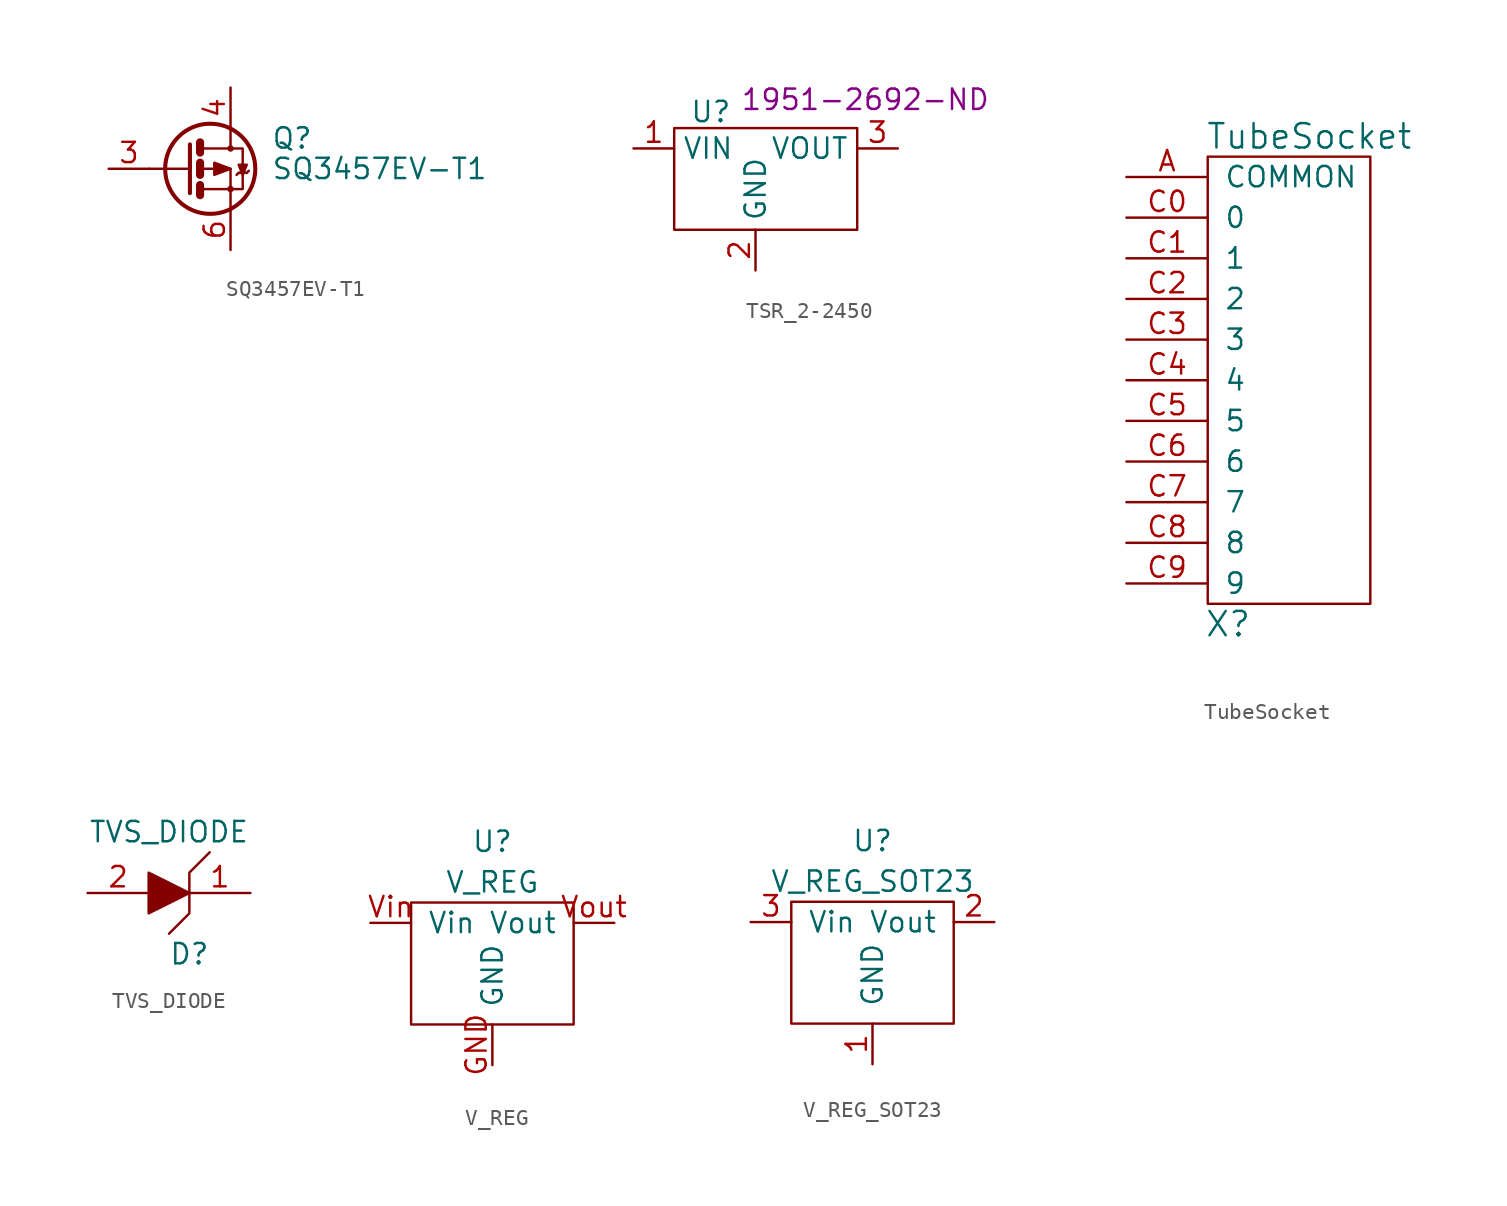
<source format=kicad_sym>
(kicad_symbol_lib
  (version 20231120)
  (generator "kicad_symbol_editor")
  (generator_version "8.0")
  (symbol "SQ3457EV-T1"
    (pin_names
      (offset 0) hide)
    (property "Reference" "Q"
      (at 5.08 1.905 0)
      (effects (font (size 1.27 1.27)) (justify left)))
    (property "Value" "SQ3457EV-T1"
      (at 5.08 0 0)
      (effects (font (size 1.27 1.27)) (justify left)))
    (symbol "SQ3457EV-T1_0_0"
      (pin passive line (at 2.54 -5.08 90) (length 2.54) hide (name "D" (effects (font (size 1.27 1.27)))) (number "2" (effects (font (size 1.27 1.27)))))
      (pin passive line (at 2.54 -5.08 90) (length 2.54) hide (name "D" (effects (font (size 1.27 1.27)))) (number "5" (effects (font (size 1.27 1.27)))))
      (pin passive line (at 2.54 -5.08 90) (length 2.54) (name "D" (effects (font (size 1.27 1.27)))) (number "6" (effects (font (size 1.27 1.27))))))
    (symbol "SQ3457EV-T1_0_1"
      (polyline (pts (xy 0 0) (xy -2.54 0)) (stroke (width 0) (type solid)) (fill (type none)))
      (polyline (pts (xy 0.635 -1.016) (xy 0.635 -1.651)) (stroke (width 0.508) (type solid)) (fill (type none)))
      (polyline (pts (xy 0.635 0.381) (xy 0.635 -0.381)) (stroke (width 0.508) (type solid)) (fill (type none)))
      (polyline (pts (xy 0.635 1.651) (xy 0.635 1.016)) (stroke (width 0.508) (type solid)) (fill (type none)))
      (polyline (pts (xy 0 1.524) (xy 0 -1.524) (xy 0 -1.524)) (stroke (width 0.254) (type solid)) (fill (type none)))
      (polyline (pts (xy 0.762 -1.27) (xy 2.54 -1.27) (xy 2.54 -2.54) (xy 2.54 -2.54)) (stroke (width 0) (type solid)) (fill (type none)))
      (polyline (pts (xy 0.762 1.27) (xy 2.54 1.27) (xy 2.54 2.54) (xy 2.54 2.54)) (stroke (width 0) (type solid)) (fill (type none)))
      (polyline (pts (xy 2.54 0) (xy 1.524 0.381) (xy 1.524 -0.381) (xy 2.54 0)) (stroke (width 0) (type solid)) (fill (type outline)))
      (polyline (pts (xy 2.54 1.27) (xy 3.302 1.27) (xy 3.302 -1.27) (xy 2.54 -1.27)) (stroke (width 0) (type solid)) (fill (type none)))
      (polyline (pts (xy 3.048 0.254) (xy 3.556 0.254) (xy 3.302 -0.381) (xy 3.048 0.254)) (stroke (width 0) (type solid)) (fill (type outline)))
      (polyline (pts (xy 3.683 -0.127) (xy 3.556 -0.254) (xy 3.048 -0.254) (xy 2.921 -0.381)) (stroke (width 0) (type solid)) (fill (type none)))
      (polyline (pts (xy 0.762 0) (xy 1.27 0) (xy 2.54 0) (xy 2.54 -1.27) (xy 2.54 -1.27)) (stroke (width 0) (type solid)) (fill (type none)))
      (circle (center 1.27 0) (radius 2.819) (stroke (width 0.254) (type solid)) (fill (type none)))
      (circle (center 2.54 -1.27) (radius 0.127) (stroke (width 0) (type solid)) (fill (type none)))
      (circle (center 2.54 1.27) (radius 0.127) (stroke (width 0) (type solid)) (fill (type none))))
    (symbol "SQ3457EV-T1_1_1"
      (polyline (pts (xy 3.048 -0.254) (xy 3.556 -0.254)) (stroke (width 0) (type solid)) (fill (type none)))
      (pin passive line (at 2.54 -5.08 90) (length 2.54) hide (name "S" (effects (font (size 1.27 1.27)))) (number "1" (effects (font (size 1.27 1.27)))))
      (pin input line (at -5.08 0 0) (length 2.54) (name "G" (effects (font (size 1.27 1.27)))) (number "3" (effects (font (size 1.27 1.27)))))
      (pin passive line (at 2.54 5.08 270) (length 2.54) (name "D" (effects (font (size 1.27 1.27)))) (number "4" (effects (font (size 1.27 1.27)))))))
  (symbol "TSR_2-2450"
    (property "Reference" "U"
      (at -2.794 3.556 0)
      (effects (font (size 1.27 1.27))))
    (property "Value" ""
      (at 0 0 0)
      (effects (font (size 1.27 1.27))))
    (property "OC_DIGIKEY" "1951-2692-ND"
      (at 6.858 4.318 0)
      (effects (font (size 1.27 1.27))))
    (symbol "TSR_2-2450_0_1"
      (polyline (pts (xy -5.08 2.54) (xy -5.08 -3.81) (xy 6.35 -3.81) (xy 6.35 2.54) (xy -5.08 2.54)) (stroke (width 0) (type default)) (fill (type none))))
    (symbol "TSR_2-2450_1_1"
      (pin power_in line (at -7.62 1.27 0) (length 2.54) (name "VIN" (effects (font (size 1.27 1.27)))) (number "1" (effects (font (size 1.27 1.27)))))
      (pin passive line (at 0 -6.35 90) (length 2.54) (name "GND" (effects (font (size 1.27 1.27)))) (number "2" (effects (font (size 1.27 1.27)))))
      (pin power_out line (at 8.89 1.27 180) (length 2.54) (name "VOUT" (effects (font (size 1.27 1.27)))) (number "3" (effects (font (size 1.27 1.27)))))))
  (symbol "TubeSocket"
    (pin_names
      (offset 1.016))
    (property "Reference" "X"
      (at 1.27 -15.24 0)
      (effects (font (size 1.524 1.524))))
    (property "Value" "TubeSocket"
      (at 6.35 15.24 0)
      (effects (font (size 1.524 1.524))))
    (symbol "TubeSocket_0_1"
      (rectangle (start 0 13.97) (end 10.16 -13.97) (stroke (width 0) (type solid)) (fill (type none))))
    (symbol "TubeSocket_1_1"
      (pin passive line (at -5.08 12.7 0) (length 5.08) (name "COMMON" (effects (font (size 1.27 1.27)))) (number "A" (effects (font (size 1.27 1.27)))))
      (pin passive line (at -5.08 10.16 0) (length 5.08) (name "0" (effects (font (size 1.27 1.27)))) (number "C0" (effects (font (size 1.27 1.27)))))
      (pin passive line (at -5.08 7.62 0) (length 5.08) (name "1" (effects (font (size 1.27 1.27)))) (number "C1" (effects (font (size 1.27 1.27)))))
      (pin passive line (at -5.08 5.08 0) (length 5.08) (name "2" (effects (font (size 1.27 1.27)))) (number "C2" (effects (font (size 1.27 1.27)))))
      (pin passive line (at -5.08 2.54 0) (length 5.08) (name "3" (effects (font (size 1.27 1.27)))) (number "C3" (effects (font (size 1.27 1.27)))))
      (pin passive line (at -5.08 0 0) (length 5.08) (name "4" (effects (font (size 1.27 1.27)))) (number "C4" (effects (font (size 1.27 1.27)))))
      (pin passive line (at -5.08 -2.54 0) (length 5.08) (name "5" (effects (font (size 1.27 1.27)))) (number "C5" (effects (font (size 1.27 1.27)))))
      (pin passive line (at -5.08 -5.08 0) (length 5.08) (name "6" (effects (font (size 1.27 1.27)))) (number "C6" (effects (font (size 1.27 1.27)))))
      (pin passive line (at -5.08 -7.62 0) (length 5.08) (name "7" (effects (font (size 1.27 1.27)))) (number "C7" (effects (font (size 1.27 1.27)))))
      (pin passive line (at -5.08 -10.16 0) (length 5.08) (name "8" (effects (font (size 1.27 1.27)))) (number "C8" (effects (font (size 1.27 1.27)))))
      (pin passive line (at -5.08 -12.7 0) (length 5.08) (name "9" (effects (font (size 1.27 1.27)))) (number "C9" (effects (font (size 1.27 1.27)))))))
  (symbol "TVS_DIODE"
    (pin_names
      (offset 1.016) hide)
    (property "Reference" "D"
      (at 1.27 -3.81 0)
      (effects (font (size 1.27 1.27))))
    (property "Value" "TVS_DIODE"
      (at 0 3.81 0)
      (effects (font (size 1.27 1.27))))
    (symbol "TVS_DIODE_1_1"
      (polyline (pts (xy -1.27 1.27) (xy -1.27 -1.27) (xy 1.27 0) (xy -1.27 1.27)) (stroke (width 0) (type solid)) (fill (type outline)))
      (polyline (pts (xy 2.54 2.54) (xy 1.27 1.27) (xy 1.27 -1.27) (xy 0 -2.54)) (stroke (width 0) (type solid)) (fill (type none)))
      (pin bidirectional line (at 5.08 0 180) (length 3.81) (name "K" (effects (font (size 1.27 1.27)))) (number "1" (effects (font (size 1.27 1.27)))))
      (pin bidirectional line (at -5.08 0 0) (length 3.81) (name "A" (effects (font (size 1.27 1.27)))) (number "2" (effects (font (size 1.27 1.27)))))))
  (symbol "V_REG"
    (pin_names
      (offset 1.016))
    (property "Reference" "U"
      (at 0 6.35 0)
      (effects (font (size 1.27 1.27))))
    (property "Value" "V_REG"
      (at 0 3.81 0)
      (effects (font (size 1.27 1.27))))
    (symbol "V_REG_0_1"
      (rectangle (start 5.08 2.54) (end -5.08 -5.08) (stroke (width 0) (type solid)) (fill (type none))))
    (symbol "V_REG_1_1"
      (pin passive line (at 0 -7.62 90) (length 2.54) (name "GND" (effects (font (size 1.27 1.27)))) (number "GND" (effects (font (size 1.27 1.27)))))
      (pin power_in line (at -7.62 1.27 0) (length 2.54) (name "Vin" (effects (font (size 1.27 1.27)))) (number "Vin" (effects (font (size 1.27 1.27)))))
      (pin power_out line (at 7.62 1.27 180) (length 2.54) (name "Vout" (effects (font (size 1.27 1.27)))) (number "Vout" (effects (font (size 1.27 1.27)))))))
  (symbol "V_REG_SOT23"
    (pin_names
      (offset 1.016))
    (property "Reference" "U"
      (at 0 6.35 0)
      (effects (font (size 1.27 1.27))))
    (property "Value" "V_REG_SOT23"
      (at 0 3.81 0)
      (effects (font (size 1.27 1.27))))
    (symbol "V_REG_SOT23_0_1"
      (rectangle (start 5.08 2.54) (end -5.08 -5.08) (stroke (width 0) (type solid)) (fill (type none))))
    (symbol "V_REG_SOT23_1_1"
      (pin passive line (at 0 -7.62 90) (length 2.54) (name "GND" (effects (font (size 1.27 1.27)))) (number "1" (effects (font (size 1.27 1.27)))))
      (pin power_out line (at 7.62 1.27 180) (length 2.54) (name "Vout" (effects (font (size 1.27 1.27)))) (number "2" (effects (font (size 1.27 1.27)))))
      (pin power_in line (at -7.62 1.27 0) (length 2.54) (name "Vin" (effects (font (size 1.27 1.27)))) (number "3" (effects (font (size 1.27 1.27))))))))
</source>
